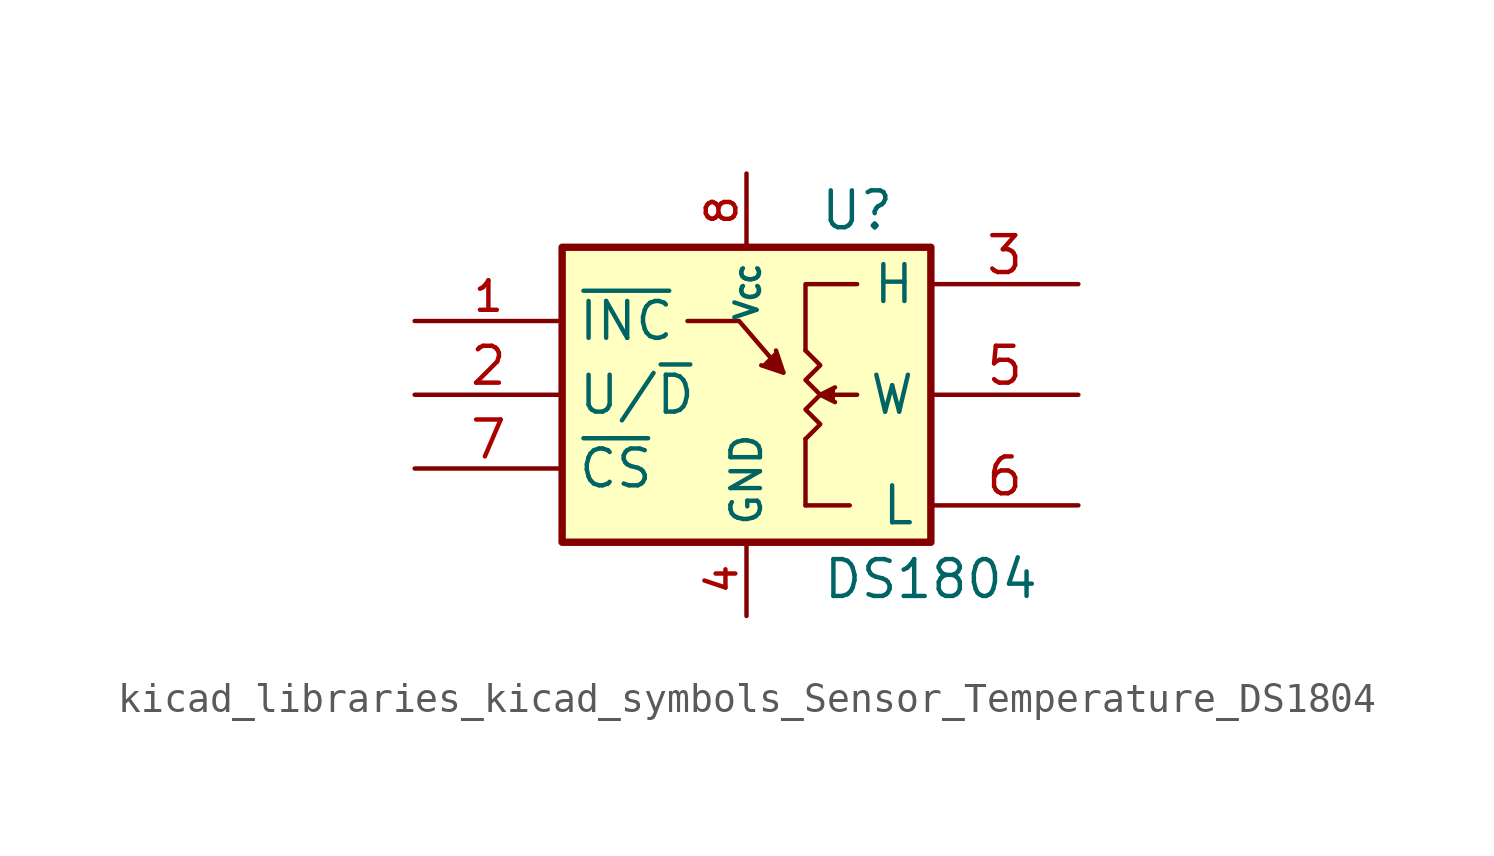
<source format=kicad_sym>
(kicad_symbol_lib
  (version 20220914)
  (generator kicad_symbol_editor)
  (symbol "kicad_libraries_kicad_symbols_Sensor_Temperature_DS1804"
    (property "Reference" "U"
      (at 3.81 6.35 0)
      (effects (font (size 1.27 1.27))))
    (property "Value" "DS1804"
      (at 6.35 -6.35 0)
      (effects (font (size 1.27 1.27))))
    (symbol "kicad_libraries_kicad_symbols_Sensor_Temperature_DS1804_0_1"
      (rectangle (start -6.35 5.08) (end 6.35 -5.08) (stroke (width 0.254) (type default)) (fill (type background)))
      (polyline (pts (xy 2.032 -1.524) (xy 2.032 -3.81)) (stroke (width 0) (type default)) (fill (type none)))
      (polyline (pts (xy 3.556 -3.81) (xy 2.032 -3.81)) (stroke (width 0) (type default)) (fill (type none)))
      (polyline (pts (xy 3.81 0) (xy 3.048 0)) (stroke (width 0) (type default)) (fill (type none)))
      (polyline (pts (xy -2.032 2.54) (xy -0.254 2.54) (xy 1.27 0.762)) (stroke (width 0) (type default)) (fill (type none)))
      (polyline (pts (xy 1.016 1.524) (xy 1.27 0.762) (xy 0.508 1.016)) (stroke (width 0) (type default)) (fill (type outline)))
      (polyline (pts (xy 2.032 1.524) (xy 2.032 3.81) (xy 3.81 3.81)) (stroke (width 0) (type default)) (fill (type none)))
      (polyline (pts (xy 3.048 -0.254) (xy 2.54 0) (xy 3.048 0.254)) (stroke (width 0) (type default)) (fill (type outline)))
      (polyline (pts (xy 2.54 0) (xy 2.032 0.508) (xy 2.54 1.016) (xy 2.032 1.524)) (stroke (width 0) (type default)) (fill (type none)))
      (polyline (pts (xy 2.54 0) (xy 2.032 -0.508) (xy 2.54 -1.016) (xy 2.032 -1.524) (xy 2.032 -1.524)) (stroke (width 0) (type default)) (fill (type none))))
    (symbol "kicad_libraries_kicad_symbols_Sensor_Temperature_DS1804_1_1"
      (pin input line (at -11.43 2.54 0) (length 5.08) (name "~{INC}" (effects (font (size 1.27 1.27)))) (number "1" (effects (font (size 1.016 1.016)))))
      (pin input line (at -11.43 0 0) (length 5.08) (name "U/~{D}" (effects (font (size 1.27 1.27)))) (number "2" (effects (font (size 1.27 1.27)))))
      (pin passive line (at 11.43 3.81 180) (length 5.08) (name "H" (effects (font (size 1.27 1.27)))) (number "3" (effects (font (size 1.27 1.27)))))
      (pin power_in line (at 0 -7.62 90) (length 2.54) (name "GND" (effects (font (size 1.016 1.016)))) (number "4" (effects (font (size 1.016 1.016)))))
      (pin passive line (at 11.43 0 180) (length 5.08) (name "W" (effects (font (size 1.27 1.27)))) (number "5" (effects (font (size 1.27 1.27)))))
      (pin passive line (at 11.43 -3.81 180) (length 5.08) (name "L" (effects (font (size 1.27 1.27)))) (number "6" (effects (font (size 1.27 1.27)))))
      (pin input line (at -11.43 -2.54 0) (length 5.08) (name "~{CS}" (effects (font (size 1.27 1.27)))) (number "7" (effects (font (size 1.27 1.27)))))
      (pin power_in line (at 0 7.62 270) (length 2.54) (name "V_{CC}" (effects (font (size 0.762 0.762)))) (number "8" (effects (font (size 1.016 1.016))))))))
</source>
